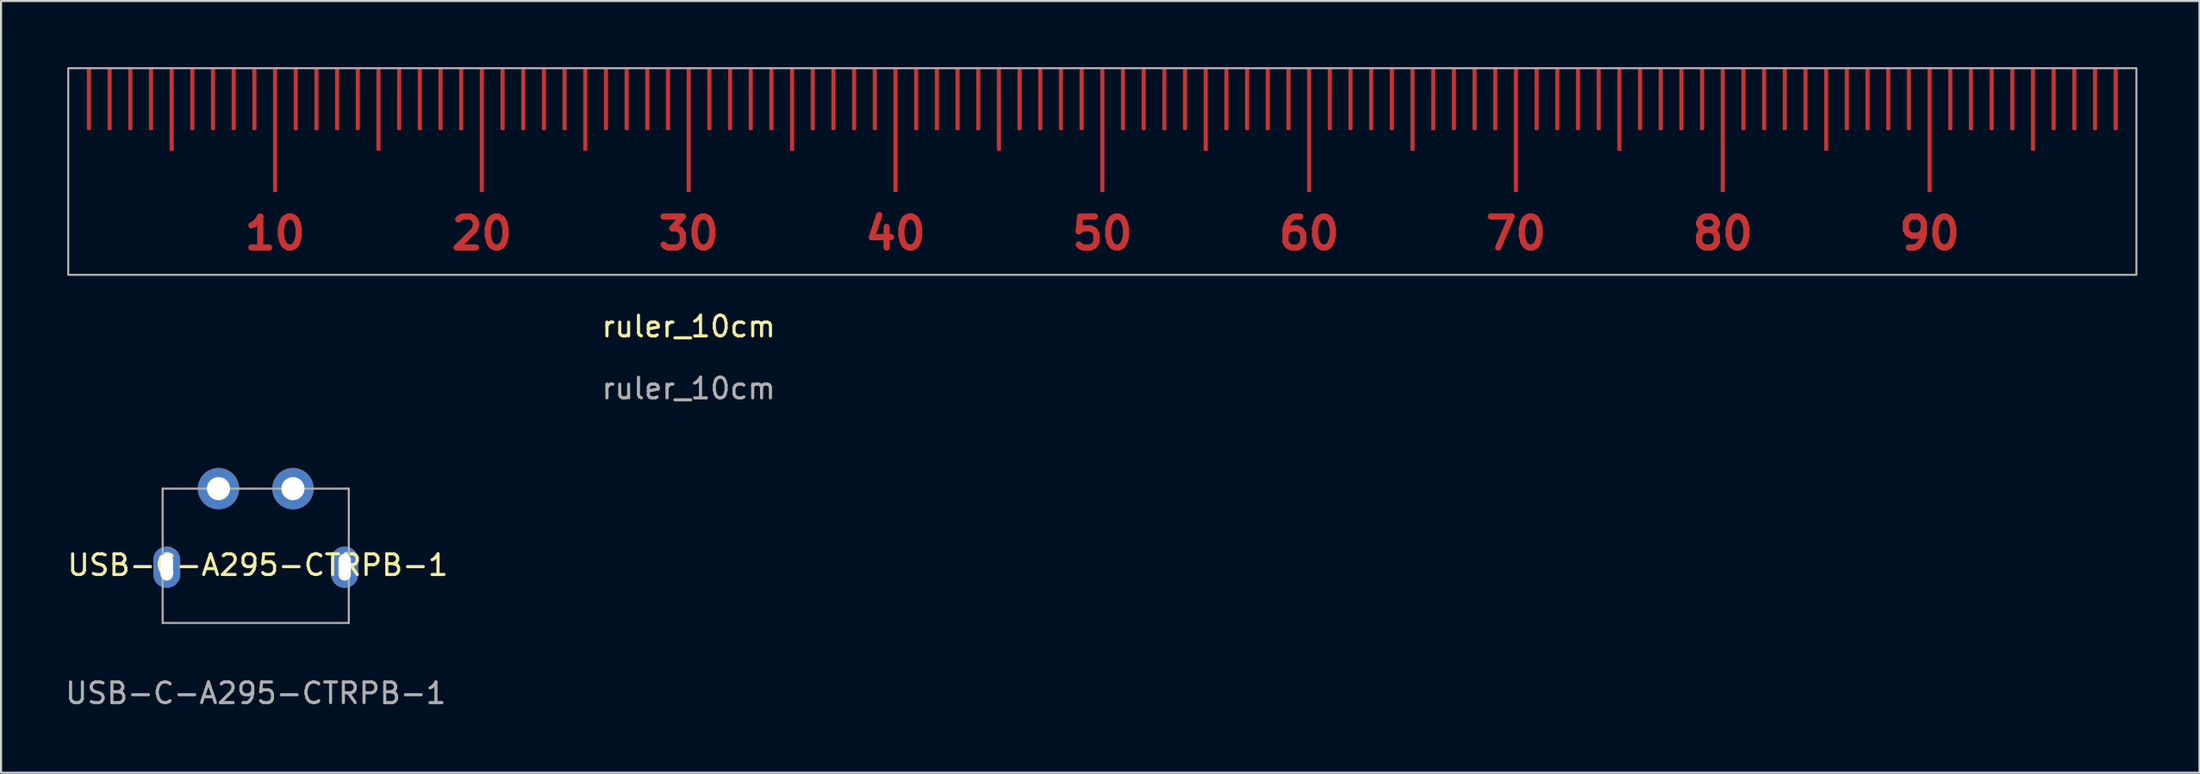
<source format=kicad_pcb>
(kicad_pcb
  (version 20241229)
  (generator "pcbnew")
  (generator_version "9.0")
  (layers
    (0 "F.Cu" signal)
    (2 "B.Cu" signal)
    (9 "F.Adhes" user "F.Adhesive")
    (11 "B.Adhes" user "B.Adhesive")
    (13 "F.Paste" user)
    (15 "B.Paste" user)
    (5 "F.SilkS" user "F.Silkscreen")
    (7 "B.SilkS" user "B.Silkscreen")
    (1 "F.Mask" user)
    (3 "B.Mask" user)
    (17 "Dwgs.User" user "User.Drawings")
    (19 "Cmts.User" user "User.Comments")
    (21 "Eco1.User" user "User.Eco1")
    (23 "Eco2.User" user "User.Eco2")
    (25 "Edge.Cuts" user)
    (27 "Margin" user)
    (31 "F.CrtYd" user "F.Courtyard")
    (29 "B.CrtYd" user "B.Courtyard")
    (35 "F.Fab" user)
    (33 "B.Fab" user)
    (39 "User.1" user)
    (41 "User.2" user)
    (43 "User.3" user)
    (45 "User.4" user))
  (footprint "ruler_10cm"
    (layer "F.Cu")
    (at 0.25 0.25)
    (property "Reference" "ruler_10cm" (at 30 12.5 0) (unlocked yes) (layer "F.SilkS") (effects (font (size 1 1) (thickness 0.15))))
    (attr smd)
    (fp_rect (start 0 0) (end 100 10) (stroke (width 0.1) (type solid)) (fill no) (layer "F.Fab"))
    (fp_text user "60" (at 60 8 0) (unlocked yes) (layer "F.Cu") (effects (font (size 1.5 1.5) (thickness 0.3))))
    (fp_text user "10" (at 10 8 0) (unlocked yes) (layer "F.Cu") (effects (font (size 1.5 1.5) (thickness 0.3))))
    (fp_text user "20" (at 20 8 0) (unlocked yes) (layer "F.Cu") (effects (font (size 1.5 1.5) (thickness 0.3))))
    (fp_text user "50" (at 50 8 0) (unlocked yes) (layer "F.Cu") (effects (font (size 1.5 1.5) (thickness 0.3))))
    (fp_text user "40" (at 40 8 0) (unlocked yes) (layer "F.Cu") (effects (font (size 1.5 1.5) (thickness 0.3))))
    (fp_text user "90" (at 90 8 0) (unlocked yes) (layer "F.Cu") (effects (font (size 1.5 1.5) (thickness 0.3))))
    (fp_text user "80" (at 80 8 0) (unlocked yes) (layer "F.Cu") (effects (font (size 1.5 1.5) (thickness 0.3))))
    (fp_text user "70" (at 70 8 0) (unlocked yes) (layer "F.Cu") (effects (font (size 1.5 1.5) (thickness 0.3))))
    (fp_text user "30" (at 30 8 0) (unlocked yes) (layer "F.Cu") (effects (font (size 1.5 1.5) (thickness 0.3))))
    (fp_text user "90" (at 90 8 0) (unlocked yes) (layer "F.Mask") (effects (font (size 1.5 1.5) (thickness 0.3))))
    (fp_text user "20" (at 20 8 0) (unlocked yes) (layer "F.Mask") (effects (font (size 1.5 1.5) (thickness 0.3))))
    (fp_text user "30" (at 30 8 0) (unlocked yes) (layer "F.Mask") (effects (font (size 1.5 1.5) (thickness 0.3))))
    (fp_text user "40" (at 40 8 0) (unlocked yes) (layer "F.Mask") (effects (font (size 1.5 1.5) (thickness 0.3))))
    (fp_text user "60" (at 60 8 0) (unlocked yes) (layer "F.Mask") (effects (font (size 1.5 1.5) (thickness 0.3))))
    (fp_text user "70" (at 70 8 0) (unlocked yes) (layer "F.Mask") (effects (font (size 1.5 1.5) (thickness 0.3))))
    (fp_text user "50" (at 50 8 0) (unlocked yes) (layer "F.Mask") (effects (font (size 1.5 1.5) (thickness 0.3))))
    (fp_text user "80" (at 80 8 0) (unlocked yes) (layer "F.Mask") (effects (font (size 1.5 1.5) (thickness 0.3))))
    (fp_text user "10" (at 10 8 0) (unlocked yes) (layer "F.Mask") (effects (font (size 1.5 1.5) (thickness 0.3))))
    (fp_text user "${REFERENCE}" (at 30 15.5 0) (unlocked yes) (layer "F.Fab") (effects (font (size 1 1) (thickness 0.15))))
    (pad "4" smd roundrect (at 10 3) (size 0.2 6) (layers "F.Cu" "F.Mask" "F.Paste") (roundrect_rratio 0.25))
    (pad "5" smd roundrect (at 20 3) (size 0.2 6) (layers "F.Cu" "F.Mask" "F.Paste") (roundrect_rratio 0.25))
    (pad "6" smd roundrect (at 30 3) (size 0.2 6) (layers "F.Cu" "F.Mask" "F.Paste") (roundrect_rratio 0.25))
    (pad "7" smd roundrect (at 40 3) (size 0.2 6) (layers "F.Cu" "F.Mask" "F.Paste") (roundrect_rratio 0.25))
    (pad "8" smd roundrect (at 50 3) (size 0.2 6) (layers "F.Cu" "F.Mask" "F.Paste") (roundrect_rratio 0.25))
    (pad "9" smd roundrect (at 60 3) (size 0.2 6) (layers "F.Cu" "F.Mask" "F.Paste") (roundrect_rratio 0.25))
    (pad "10" smd roundrect (at 70 3) (size 0.2 6) (layers "F.Cu" "F.Mask" "F.Paste") (roundrect_rratio 0.25))
    (pad "11" smd roundrect (at 80 3) (size 0.2 6) (layers "F.Cu" "F.Mask" "F.Paste") (roundrect_rratio 0.25))
    (pad "12" smd roundrect (at 90 3) (size 0.2 6) (layers "F.Cu" "F.Mask" "F.Paste") (roundrect_rratio 0.25))
    (pad "13" smd roundrect (at 5 2) (size 0.2 4) (layers "F.Cu" "F.Mask" "F.Paste") (roundrect_rratio 0.25))
    (pad "14" smd roundrect (at 15 2) (size 0.2 4) (layers "F.Cu" "F.Mask" "F.Paste") (roundrect_rratio 0.25))
    (pad "15" smd roundrect (at 25 2) (size 0.2 4) (layers "F.Cu" "F.Mask" "F.Paste") (roundrect_rratio 0.25))
    (pad "16" smd roundrect (at 35 2) (size 0.2 4) (layers "F.Cu" "F.Mask" "F.Paste") (roundrect_rratio 0.25))
    (pad "17" smd roundrect (at 45 2) (size 0.2 4) (layers "F.Cu" "F.Mask" "F.Paste") (roundrect_rratio 0.25))
    (pad "18" smd roundrect (at 55 2) (size 0.2 4) (layers "F.Cu" "F.Mask" "F.Paste") (roundrect_rratio 0.25))
    (pad "19" smd roundrect (at 65 2) (size 0.2 4) (layers "F.Cu" "F.Mask" "F.Paste") (roundrect_rratio 0.25))
    (pad "20" smd roundrect (at 75 2) (size 0.2 4) (layers "F.Cu" "F.Mask" "F.Paste") (roundrect_rratio 0.25))
    (pad "21" smd roundrect (at 85 2) (size 0.2 4) (layers "F.Cu" "F.Mask" "F.Paste") (roundrect_rratio 0.25))
    (pad "22" smd roundrect (at 95 2) (size 0.2 4) (layers "F.Cu" "F.Mask" "F.Paste") (roundrect_rratio 0.25))
    (pad "23" smd roundrect (at 4 1.5) (size 0.2 3) (layers "F.Cu" "F.Mask" "F.Paste") (roundrect_rratio 0.25))
    (pad "24" smd roundrect (at 3 1.5) (size 0.2 3) (layers "F.Cu" "F.Mask" "F.Paste") (roundrect_rratio 0.25))
    (pad "25" smd roundrect (at 2 1.5) (size 0.2 3) (layers "F.Cu" "F.Mask" "F.Paste") (roundrect_rratio 0.25))
    (pad "26" smd roundrect (at 1 1.5) (size 0.2 3) (layers "F.Cu" "F.Mask" "F.Paste") (roundrect_rratio 0.25))
    (pad "27" smd roundrect (at 6 1.5) (size 0.2 3) (layers "F.Cu" "F.Mask" "F.Paste") (roundrect_rratio 0.25))
    (pad "28" smd roundrect (at 7 1.5) (size 0.2 3) (layers "F.Cu" "F.Mask" "F.Paste") (roundrect_rratio 0.25))
    (pad "29" smd roundrect (at 8 1.5) (size 0.2 3) (layers "F.Cu" "F.Mask" "F.Paste") (roundrect_rratio 0.25))
    (pad "30" smd roundrect (at 9 1.5) (size 0.2 3) (layers "F.Cu" "F.Mask" "F.Paste") (roundrect_rratio 0.25))
    (pad "31" smd roundrect (at 11 1.5) (size 0.2 3) (layers "F.Cu" "F.Mask" "F.Paste") (roundrect_rratio 0.25))
    (pad "32" smd roundrect (at 12 1.5) (size 0.2 3) (layers "F.Cu" "F.Mask" "F.Paste") (roundrect_rratio 0.25))
    (pad "33" smd roundrect (at 13 1.5) (size 0.2 3) (layers "F.Cu" "F.Mask" "F.Paste") (roundrect_rratio 0.25))
    (pad "34" smd roundrect (at 14 1.5) (size 0.2 3) (layers "F.Cu" "F.Mask" "F.Paste") (roundrect_rratio 0.25))
    (pad "35" smd roundrect (at 16 1.5) (size 0.2 3) (layers "F.Cu" "F.Mask" "F.Paste") (roundrect_rratio 0.25))
    (pad "36" smd roundrect (at 17 1.5) (size 0.2 3) (layers "F.Cu" "F.Mask" "F.Paste") (roundrect_rratio 0.25))
    (pad "37" smd roundrect (at 18 1.5) (size 0.2 3) (layers "F.Cu" "F.Mask" "F.Paste") (roundrect_rratio 0.25))
    (pad "38" smd roundrect (at 19 1.5) (size 0.2 3) (layers "F.Cu" "F.Mask" "F.Paste") (roundrect_rratio 0.25))
    (pad "39" smd roundrect (at 21 1.5) (size 0.2 3) (layers "F.Cu" "F.Mask" "F.Paste") (roundrect_rratio 0.25))
    (pad "40" smd roundrect (at 22 1.5) (size 0.2 3) (layers "F.Cu" "F.Mask" "F.Paste") (roundrect_rratio 0.25))
    (pad "41" smd roundrect (at 23 1.5) (size 0.2 3) (layers "F.Cu" "F.Mask" "F.Paste") (roundrect_rratio 0.25))
    (pad "42" smd roundrect (at 24 1.5) (size 0.2 3) (layers "F.Cu" "F.Mask" "F.Paste") (roundrect_rratio 0.25))
    (pad "43" smd roundrect (at 26 1.5) (size 0.2 3) (layers "F.Cu" "F.Mask" "F.Paste") (roundrect_rratio 0.25))
    (pad "44" smd roundrect (at 27 1.5) (size 0.2 3) (layers "F.Cu" "F.Mask" "F.Paste") (roundrect_rratio 0.25))
    (pad "45" smd roundrect (at 28 1.5) (size 0.2 3) (layers "F.Cu" "F.Mask" "F.Paste") (roundrect_rratio 0.25))
    (pad "46" smd roundrect (at 29 1.5) (size 0.2 3) (layers "F.Cu" "F.Mask" "F.Paste") (roundrect_rratio 0.25))
    (pad "47" smd roundrect (at 31 1.5) (size 0.2 3) (layers "F.Cu" "F.Mask" "F.Paste") (roundrect_rratio 0.25))
    (pad "48" smd roundrect (at 32 1.5) (size 0.2 3) (layers "F.Cu" "F.Mask" "F.Paste") (roundrect_rratio 0.25))
    (pad "49" smd roundrect (at 33 1.5) (size 0.2 3) (layers "F.Cu" "F.Mask" "F.Paste") (roundrect_rratio 0.25))
    (pad "50" smd roundrect (at 34 1.5) (size 0.2 3) (layers "F.Cu" "F.Mask" "F.Paste") (roundrect_rratio 0.25))
    (pad "51" smd roundrect (at 36 1.5) (size 0.2 3) (layers "F.Cu" "F.Mask" "F.Paste") (roundrect_rratio 0.25))
    (pad "52" smd roundrect (at 37 1.5) (size 0.2 3) (layers "F.Cu" "F.Mask" "F.Paste") (roundrect_rratio 0.25))
    (pad "53" smd roundrect (at 38 1.5) (size 0.2 3) (layers "F.Cu" "F.Mask" "F.Paste") (roundrect_rratio 0.25))
    (pad "54" smd roundrect (at 39 1.5) (size 0.2 3) (layers "F.Cu" "F.Mask" "F.Paste") (roundrect_rratio 0.25))
    (pad "55" smd roundrect (at 41 1.5) (size 0.2 3) (layers "F.Cu" "F.Mask" "F.Paste") (roundrect_rratio 0.25))
    (pad "56" smd roundrect (at 42 1.5) (size 0.2 3) (layers "F.Cu" "F.Mask" "F.Paste") (roundrect_rratio 0.25))
    (pad "57" smd roundrect (at 43 1.5) (size 0.2 3) (layers "F.Cu" "F.Mask" "F.Paste") (roundrect_rratio 0.25))
    (pad "58" smd roundrect (at 44 1.5) (size 0.2 3) (layers "F.Cu" "F.Mask" "F.Paste") (roundrect_rratio 0.25))
    (pad "59" smd roundrect (at 46 1.5) (size 0.2 3) (layers "F.Cu" "F.Mask" "F.Paste") (roundrect_rratio 0.25))
    (pad "60" smd roundrect (at 47 1.5) (size 0.2 3) (layers "F.Cu" "F.Mask" "F.Paste") (roundrect_rratio 0.25))
    (pad "61" smd roundrect (at 48 1.5) (size 0.2 3) (layers "F.Cu" "F.Mask" "F.Paste") (roundrect_rratio 0.25))
    (pad "62" smd roundrect (at 49 1.5) (size 0.2 3) (layers "F.Cu" "F.Mask" "F.Paste") (roundrect_rratio 0.25))
    (pad "63" smd roundrect (at 51 1.5) (size 0.2 3) (layers "F.Cu" "F.Mask" "F.Paste") (roundrect_rratio 0.25))
    (pad "64" smd roundrect (at 52 1.5) (size 0.2 3) (layers "F.Cu" "F.Mask" "F.Paste") (roundrect_rratio 0.25))
    (pad "65" smd roundrect (at 53 1.5) (size 0.2 3) (layers "F.Cu" "F.Mask" "F.Paste") (roundrect_rratio 0.25))
    (pad "66" smd roundrect (at 54 1.5) (size 0.2 3) (layers "F.Cu" "F.Mask" "F.Paste") (roundrect_rratio 0.25))
    (pad "67" smd roundrect (at 56 1.5) (size 0.2 3) (layers "F.Cu" "F.Mask" "F.Paste") (roundrect_rratio 0.25))
    (pad "68" smd roundrect (at 57 1.5) (size 0.2 3) (layers "F.Cu" "F.Mask" "F.Paste") (roundrect_rratio 0.25))
    (pad "69" smd roundrect (at 58 1.5) (size 0.2 3) (layers "F.Cu" "F.Mask" "F.Paste") (roundrect_rratio 0.25))
    (pad "70" smd roundrect (at 59 1.5) (size 0.2 3) (layers "F.Cu" "F.Mask" "F.Paste") (roundrect_rratio 0.25))
    (pad "71" smd roundrect (at 61 1.5) (size 0.2 3) (layers "F.Cu" "F.Mask" "F.Paste") (roundrect_rratio 0.25))
    (pad "73" smd roundrect (at 62 1.5) (size 0.2 3) (layers "F.Cu" "F.Mask" "F.Paste") (roundrect_rratio 0.25))
    (pad "74" smd roundrect (at 63 1.5) (size 0.2 3) (layers "F.Cu" "F.Mask" "F.Paste") (roundrect_rratio 0.25))
    (pad "75" smd roundrect (at 64 1.5) (size 0.2 3) (layers "F.Cu" "F.Mask" "F.Paste") (roundrect_rratio 0.25))
    (pad "76" smd roundrect (at 66 1.5) (size 0.2 3) (layers "F.Cu" "F.Mask" "F.Paste") (roundrect_rratio 0.25))
    (pad "77" smd roundrect (at 67 1.5) (size 0.2 3) (layers "F.Cu" "F.Mask" "F.Paste") (roundrect_rratio 0.25))
    (pad "78" smd roundrect (at 68 1.5) (size 0.2 3) (layers "F.Cu" "F.Mask" "F.Paste") (roundrect_rratio 0.25))
    (pad "79" smd roundrect (at 69 1.5) (size 0.2 3) (layers "F.Cu" "F.Mask" "F.Paste") (roundrect_rratio 0.25))
    (pad "80" smd roundrect (at 71 1.5) (size 0.2 3) (layers "F.Cu" "F.Mask" "F.Paste") (roundrect_rratio 0.25))
    (pad "81" smd roundrect (at 72 1.5) (size 0.2 3) (layers "F.Cu" "F.Mask" "F.Paste") (roundrect_rratio 0.25))
    (pad "82" smd roundrect (at 73 1.5) (size 0.2 3) (layers "F.Cu" "F.Mask" "F.Paste") (roundrect_rratio 0.25))
    (pad "83" smd roundrect (at 74 1.5) (size 0.2 3) (layers "F.Cu" "F.Mask" "F.Paste") (roundrect_rratio 0.25))
    (pad "84" smd roundrect (at 76 1.5) (size 0.2 3) (layers "F.Cu" "F.Mask" "F.Paste") (roundrect_rratio 0.25))
    (pad "85" smd roundrect (at 77 1.5) (size 0.2 3) (layers "F.Cu" "F.Mask" "F.Paste") (roundrect_rratio 0.25))
    (pad "86" smd roundrect (at 78 1.5) (size 0.2 3) (layers "F.Cu" "F.Mask" "F.Paste") (roundrect_rratio 0.25))
    (pad "87" smd roundrect (at 79 1.5) (size 0.2 3) (layers "F.Cu" "F.Mask" "F.Paste") (roundrect_rratio 0.25))
    (pad "88" smd roundrect (at 81 1.5) (size 0.2 3) (layers "F.Cu" "F.Mask" "F.Paste") (roundrect_rratio 0.25))
    (pad "89" smd roundrect (at 82 1.5) (size 0.2 3) (layers "F.Cu" "F.Mask" "F.Paste") (roundrect_rratio 0.25))
    (pad "90" smd roundrect (at 83 1.5) (size 0.2 3) (layers "F.Cu" "F.Mask" "F.Paste") (roundrect_rratio 0.25))
    (pad "91" smd roundrect (at 84 1.5) (size 0.2 3) (layers "F.Cu" "F.Mask" "F.Paste") (roundrect_rratio 0.25))
    (pad "92" smd roundrect (at 86 1.5) (size 0.2 3) (layers "F.Cu" "F.Mask" "F.Paste") (roundrect_rratio 0.25))
    (pad "93" smd roundrect (at 87 1.5) (size 0.2 3) (layers "F.Cu" "F.Mask" "F.Paste") (roundrect_rratio 0.25))
    (pad "94" smd roundrect (at 88 1.5) (size 0.2 3) (layers "F.Cu" "F.Mask" "F.Paste") (roundrect_rratio 0.25))
    (pad "95" smd roundrect (at 89 1.5) (size 0.2 3) (layers "F.Cu" "F.Mask" "F.Paste") (roundrect_rratio 0.25))
    (pad "96" smd roundrect (at 91 1.5) (size 0.2 3) (layers "F.Cu" "F.Mask" "F.Paste") (roundrect_rratio 0.25))
    (pad "97" smd roundrect (at 92 1.5) (size 0.2 3) (layers "F.Cu" "F.Mask" "F.Paste") (roundrect_rratio 0.25))
    (pad "98" smd roundrect (at 93 1.5) (size 0.2 3) (layers "F.Cu" "F.Mask" "F.Paste") (roundrect_rratio 0.25))
    (pad "99" smd roundrect (at 94 1.5) (size 0.2 3) (layers "F.Cu" "F.Mask" "F.Paste") (roundrect_rratio 0.25))
    (pad "100" smd roundrect (at 96 1.5) (size 0.2 3) (layers "F.Cu" "F.Mask" "F.Paste") (roundrect_rratio 0.25))
    (pad "101" smd roundrect (at 97 1.5) (size 0.2 3) (layers "F.Cu" "F.Mask" "F.Paste") (roundrect_rratio 0.25))
    (pad "102" smd roundrect (at 98 1.5) (size 0.2 3) (layers "F.Cu" "F.Mask" "F.Paste") (roundrect_rratio 0.25))
    (pad "103" smd roundrect (at 99 1.5) (size 0.2 3) (layers "F.Cu" "F.Mask" "F.Paste") (roundrect_rratio 0.25)))
  (footprint "USB-C-A295-CTRPB-1"
    (layer "F.Cu")
    (at 9.315 27.998)
    (property "Reference" "USB-C-A295-CTRPB-1" (at 0.1 -3.7 0) (unlocked yes) (layer "F.SilkS") (effects (font (size 1 1) (thickness 0.15))))
    (attr through_hole)
    (fp_line (start -4.5 -0.9) (end -4.5 -7.4) (stroke (width 0.1) (type solid)) (layer "F.Fab"))
    (fp_line (start 0 -7.4) (end -4.5 -7.4) (stroke (width 0.1) (type solid)) (layer "F.Fab"))
    (fp_line (start 0 -7.4) (end 4.5 -7.4) (stroke (width 0.1) (type solid)) (layer "F.Fab"))
    (fp_line (start 4.5 -7.4) (end 4.5 -0.9) (stroke (width 0.1) (type solid)) (layer "F.Fab"))
    (fp_line (start 4.5 -0.9) (end -4.5 -0.9) (stroke (width 0.1) (type solid)) (layer "F.Fab"))
    (fp_text user "${REFERENCE}" (at 0 2.5 0) (unlocked yes) (layer "F.Fab") (effects (font (size 1 1) (thickness 0.15))))
    (pad "A9" thru_hole circle (at -1.8 -7.4) (size 2 2) (drill 1.12) (layers "*.Cu" "*.Mask"))
    (pad "A12" thru_hole circle (at 1.8 -7.4) (size 2 2) (drill 1.12) (layers "*.Cu" "*.Mask"))
    (pad "S1" thru_hole oval (at -4.3 -3.6) (size 1.3 2) (drill oval 0.6 1.3) (layers "*.Cu" "*.Mask"))
    (pad "S1" thru_hole oval (at 4.3 -3.6) (size 1.3 2) (drill oval 0.6 1.3) (layers "*.Cu" "*.Mask")))
  (gr_rect
    (start -3 -3)
    (end 103.3 34.346)
    (stroke (width 0.1) (type default))
    (fill no)
    (layer "Edge.Cuts")))
</source>
